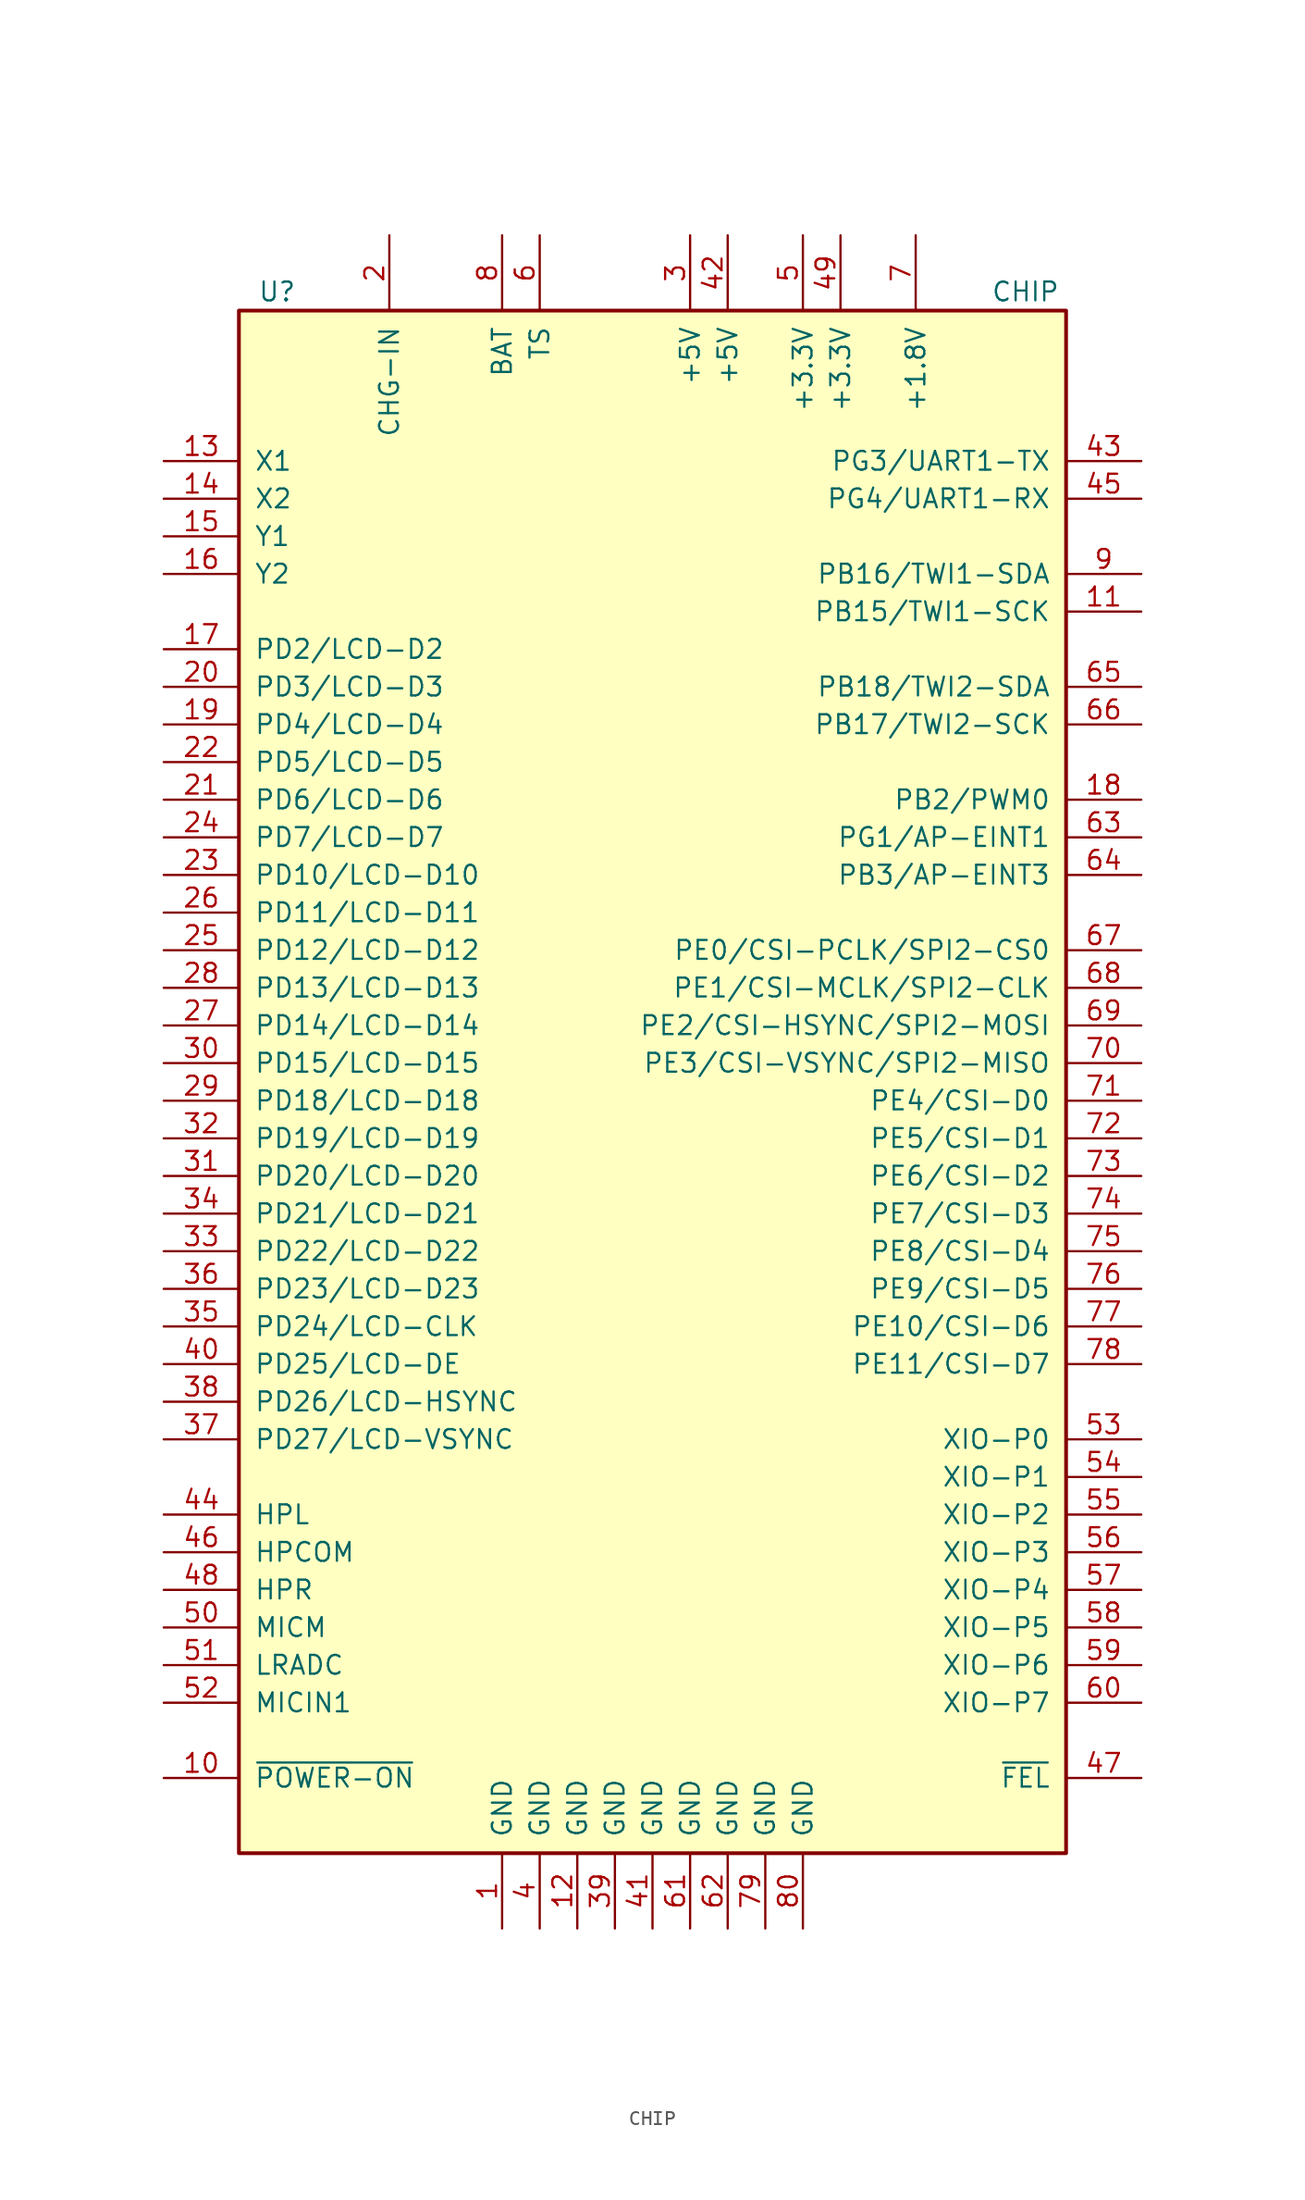
<source format=kicad_sym>
(kicad_symbol_lib
  (version 20201005)
  (generator kicad_symbol_editor)
  (symbol "MCU_Module:CHIP"
    (pin_names
      (offset 1.016))
    (property "Reference" "U"
      (at -26.67 49.53 0)
      (effects (font (size 1.27 1.27)) (justify left)))
    (property "Value" "CHIP"
      (at 22.86 49.53 0)
      (effects (font (size 1.27 1.27)) (justify left)))
    (symbol "CHIP_0_1"
      (rectangle (start -27.94 48.26) (end 27.94 -55.88) (stroke (width 0.254)) (fill (type background))))
    (symbol "CHIP_1_1"
      (pin power_in line (at -10.16 -60.96 90) (length 5.08) (name "GND" (effects (font (size 1.27 1.27)))) (number "1" (effects (font (size 1.27 1.27)))))
      (pin input line (at -33.02 -50.8 0) (length 5.08) (name "~POWER-ON" (effects (font (size 1.27 1.27)))) (number "10" (effects (font (size 1.27 1.27)))))
      (pin bidirectional line (at 33.02 27.94 180) (length 5.08) (name "PB15/TWI1-SCK" (effects (font (size 1.27 1.27)))) (number "11" (effects (font (size 1.27 1.27)))))
      (pin power_in line (at -5.08 -60.96 90) (length 5.08) (name "GND" (effects (font (size 1.27 1.27)))) (number "12" (effects (font (size 1.27 1.27)))))
      (pin input line (at -33.02 38.1 0) (length 5.08) (name "X1" (effects (font (size 1.27 1.27)))) (number "13" (effects (font (size 1.27 1.27)))))
      (pin input line (at -33.02 35.56 0) (length 5.08) (name "X2" (effects (font (size 1.27 1.27)))) (number "14" (effects (font (size 1.27 1.27)))))
      (pin input line (at -33.02 33.02 0) (length 5.08) (name "Y1" (effects (font (size 1.27 1.27)))) (number "15" (effects (font (size 1.27 1.27)))))
      (pin input line (at -33.02 30.48 0) (length 5.08) (name "Y2" (effects (font (size 1.27 1.27)))) (number "16" (effects (font (size 1.27 1.27)))))
      (pin bidirectional line (at -33.02 25.4 0) (length 5.08) (name "PD2/LCD-D2" (effects (font (size 1.27 1.27)))) (number "17" (effects (font (size 1.27 1.27)))))
      (pin bidirectional line (at 33.02 15.24 180) (length 5.08) (name "PB2/PWM0" (effects (font (size 1.27 1.27)))) (number "18" (effects (font (size 1.27 1.27)))))
      (pin bidirectional line (at -33.02 20.32 0) (length 5.08) (name "PD4/LCD-D4" (effects (font (size 1.27 1.27)))) (number "19" (effects (font (size 1.27 1.27)))))
      (pin power_in line (at -17.78 53.34 270) (length 5.08) (name "CHG-IN" (effects (font (size 1.27 1.27)))) (number "2" (effects (font (size 1.27 1.27)))))
      (pin bidirectional line (at -33.02 22.86 0) (length 5.08) (name "PD3/LCD-D3" (effects (font (size 1.27 1.27)))) (number "20" (effects (font (size 1.27 1.27)))))
      (pin bidirectional line (at -33.02 15.24 0) (length 5.08) (name "PD6/LCD-D6" (effects (font (size 1.27 1.27)))) (number "21" (effects (font (size 1.27 1.27)))))
      (pin bidirectional line (at -33.02 17.78 0) (length 5.08) (name "PD5/LCD-D5" (effects (font (size 1.27 1.27)))) (number "22" (effects (font (size 1.27 1.27)))))
      (pin bidirectional line (at -33.02 10.16 0) (length 5.08) (name "PD10/LCD-D10" (effects (font (size 1.27 1.27)))) (number "23" (effects (font (size 1.27 1.27)))))
      (pin bidirectional line (at -33.02 12.7 0) (length 5.08) (name "PD7/LCD-D7" (effects (font (size 1.27 1.27)))) (number "24" (effects (font (size 1.27 1.27)))))
      (pin bidirectional line (at -33.02 5.08 0) (length 5.08) (name "PD12/LCD-D12" (effects (font (size 1.27 1.27)))) (number "25" (effects (font (size 1.27 1.27)))))
      (pin bidirectional line (at -33.02 7.62 0) (length 5.08) (name "PD11/LCD-D11" (effects (font (size 1.27 1.27)))) (number "26" (effects (font (size 1.27 1.27)))))
      (pin bidirectional line (at -33.02 0 0) (length 5.08) (name "PD14/LCD-D14" (effects (font (size 1.27 1.27)))) (number "27" (effects (font (size 1.27 1.27)))))
      (pin bidirectional line (at -33.02 2.54 0) (length 5.08) (name "PD13/LCD-D13" (effects (font (size 1.27 1.27)))) (number "28" (effects (font (size 1.27 1.27)))))
      (pin bidirectional line (at -33.02 -5.08 0) (length 5.08) (name "PD18/LCD-D18" (effects (font (size 1.27 1.27)))) (number "29" (effects (font (size 1.27 1.27)))))
      (pin power_out line (at 2.54 53.34 270) (length 5.08) (name "+5V" (effects (font (size 1.27 1.27)))) (number "3" (effects (font (size 1.27 1.27)))))
      (pin bidirectional line (at -33.02 -2.54 0) (length 5.08) (name "PD15/LCD-D15" (effects (font (size 1.27 1.27)))) (number "30" (effects (font (size 1.27 1.27)))))
      (pin bidirectional line (at -33.02 -10.16 0) (length 5.08) (name "PD20/LCD-D20" (effects (font (size 1.27 1.27)))) (number "31" (effects (font (size 1.27 1.27)))))
      (pin bidirectional line (at -33.02 -7.62 0) (length 5.08) (name "PD19/LCD-D19" (effects (font (size 1.27 1.27)))) (number "32" (effects (font (size 1.27 1.27)))))
      (pin bidirectional line (at -33.02 -15.24 0) (length 5.08) (name "PD22/LCD-D22" (effects (font (size 1.27 1.27)))) (number "33" (effects (font (size 1.27 1.27)))))
      (pin bidirectional line (at -33.02 -12.7 0) (length 5.08) (name "PD21/LCD-D21" (effects (font (size 1.27 1.27)))) (number "34" (effects (font (size 1.27 1.27)))))
      (pin bidirectional line (at -33.02 -20.32 0) (length 5.08) (name "PD24/LCD-CLK" (effects (font (size 1.27 1.27)))) (number "35" (effects (font (size 1.27 1.27)))))
      (pin bidirectional line (at -33.02 -17.78 0) (length 5.08) (name "PD23/LCD-D23" (effects (font (size 1.27 1.27)))) (number "36" (effects (font (size 1.27 1.27)))))
      (pin bidirectional line (at -33.02 -27.94 0) (length 5.08) (name "PD27/LCD-VSYNC" (effects (font (size 1.27 1.27)))) (number "37" (effects (font (size 1.27 1.27)))))
      (pin bidirectional line (at -33.02 -25.4 0) (length 5.08) (name "PD26/LCD-HSYNC" (effects (font (size 1.27 1.27)))) (number "38" (effects (font (size 1.27 1.27)))))
      (pin power_in line (at -2.54 -60.96 90) (length 5.08) (name "GND" (effects (font (size 1.27 1.27)))) (number "39" (effects (font (size 1.27 1.27)))))
      (pin power_in line (at -7.62 -60.96 90) (length 5.08) (name "GND" (effects (font (size 1.27 1.27)))) (number "4" (effects (font (size 1.27 1.27)))))
      (pin bidirectional line (at -33.02 -22.86 0) (length 5.08) (name "PD25/LCD-DE" (effects (font (size 1.27 1.27)))) (number "40" (effects (font (size 1.27 1.27)))))
      (pin power_in line (at 0 -60.96 90) (length 5.08) (name "GND" (effects (font (size 1.27 1.27)))) (number "41" (effects (font (size 1.27 1.27)))))
      (pin power_out line (at 5.08 53.34 270) (length 5.08) (name "+5V" (effects (font (size 1.27 1.27)))) (number "42" (effects (font (size 1.27 1.27)))))
      (pin bidirectional line (at 33.02 38.1 180) (length 5.08) (name "PG3/UART1-TX" (effects (font (size 1.27 1.27)))) (number "43" (effects (font (size 1.27 1.27)))))
      (pin output line (at -33.02 -33.02 0) (length 5.08) (name "HPL" (effects (font (size 1.27 1.27)))) (number "44" (effects (font (size 1.27 1.27)))))
      (pin input line (at 33.02 35.56 180) (length 5.08) (name "PG4/UART1-RX" (effects (font (size 1.27 1.27)))) (number "45" (effects (font (size 1.27 1.27)))))
      (pin output line (at -33.02 -35.56 0) (length 5.08) (name "HPCOM" (effects (font (size 1.27 1.27)))) (number "46" (effects (font (size 1.27 1.27)))))
      (pin input line (at 33.02 -50.8 180) (length 5.08) (name "~FEL" (effects (font (size 1.27 1.27)))) (number "47" (effects (font (size 1.27 1.27)))))
      (pin output line (at -33.02 -38.1 0) (length 5.08) (name "HPR" (effects (font (size 1.27 1.27)))) (number "48" (effects (font (size 1.27 1.27)))))
      (pin power_out line (at 12.7 53.34 270) (length 5.08) (name "+3.3V" (effects (font (size 1.27 1.27)))) (number "49" (effects (font (size 1.27 1.27)))))
      (pin power_out line (at 10.16 53.34 270) (length 5.08) (name "+3.3V" (effects (font (size 1.27 1.27)))) (number "5" (effects (font (size 1.27 1.27)))))
      (pin power_out line (at -33.02 -40.64 0) (length 5.08) (name "MICM" (effects (font (size 1.27 1.27)))) (number "50" (effects (font (size 1.27 1.27)))))
      (pin power_out line (at -33.02 -43.18 0) (length 5.08) (name "LRADC" (effects (font (size 1.27 1.27)))) (number "51" (effects (font (size 1.27 1.27)))))
      (pin input line (at -33.02 -45.72 0) (length 5.08) (name "MICIN1" (effects (font (size 1.27 1.27)))) (number "52" (effects (font (size 1.27 1.27)))))
      (pin bidirectional line (at 33.02 -27.94 180) (length 5.08) (name "XIO-P0" (effects (font (size 1.27 1.27)))) (number "53" (effects (font (size 1.27 1.27)))))
      (pin bidirectional line (at 33.02 -30.48 180) (length 5.08) (name "XIO-P1" (effects (font (size 1.27 1.27)))) (number "54" (effects (font (size 1.27 1.27)))))
      (pin bidirectional line (at 33.02 -33.02 180) (length 5.08) (name "XIO-P2" (effects (font (size 1.27 1.27)))) (number "55" (effects (font (size 1.27 1.27)))))
      (pin bidirectional line (at 33.02 -35.56 180) (length 5.08) (name "XIO-P3" (effects (font (size 1.27 1.27)))) (number "56" (effects (font (size 1.27 1.27)))))
      (pin bidirectional line (at 33.02 -38.1 180) (length 5.08) (name "XIO-P4" (effects (font (size 1.27 1.27)))) (number "57" (effects (font (size 1.27 1.27)))))
      (pin bidirectional line (at 33.02 -40.64 180) (length 5.08) (name "XIO-P5" (effects (font (size 1.27 1.27)))) (number "58" (effects (font (size 1.27 1.27)))))
      (pin bidirectional line (at 33.02 -43.18 180) (length 5.08) (name "XIO-P6" (effects (font (size 1.27 1.27)))) (number "59" (effects (font (size 1.27 1.27)))))
      (pin input line (at -7.62 53.34 270) (length 5.08) (name "TS" (effects (font (size 1.27 1.27)))) (number "6" (effects (font (size 1.27 1.27)))))
      (pin bidirectional line (at 33.02 -45.72 180) (length 5.08) (name "XIO-P7" (effects (font (size 1.27 1.27)))) (number "60" (effects (font (size 1.27 1.27)))))
      (pin power_in line (at 2.54 -60.96 90) (length 5.08) (name "GND" (effects (font (size 1.27 1.27)))) (number "61" (effects (font (size 1.27 1.27)))))
      (pin power_in line (at 5.08 -60.96 90) (length 5.08) (name "GND" (effects (font (size 1.27 1.27)))) (number "62" (effects (font (size 1.27 1.27)))))
      (pin bidirectional line (at 33.02 12.7 180) (length 5.08) (name "PG1/AP-EINT1" (effects (font (size 1.27 1.27)))) (number "63" (effects (font (size 1.27 1.27)))))
      (pin bidirectional line (at 33.02 10.16 180) (length 5.08) (name "PB3/AP-EINT3" (effects (font (size 1.27 1.27)))) (number "64" (effects (font (size 1.27 1.27)))))
      (pin bidirectional line (at 33.02 22.86 180) (length 5.08) (name "PB18/TWI2-SDA" (effects (font (size 1.27 1.27)))) (number "65" (effects (font (size 1.27 1.27)))))
      (pin bidirectional line (at 33.02 20.32 180) (length 5.08) (name "PB17/TWI2-SCK" (effects (font (size 1.27 1.27)))) (number "66" (effects (font (size 1.27 1.27)))))
      (pin bidirectional line (at 33.02 5.08 180) (length 5.08) (name "PE0/CSI-PCLK/SPI2-CS0" (effects (font (size 1.27 1.27)))) (number "67" (effects (font (size 1.27 1.27)))))
      (pin bidirectional line (at 33.02 2.54 180) (length 5.08) (name "PE1/CSI-MCLK/SPI2-CLK" (effects (font (size 1.27 1.27)))) (number "68" (effects (font (size 1.27 1.27)))))
      (pin bidirectional line (at 33.02 0 180) (length 5.08) (name "PE2/CSI-HSYNC/SPI2-MOSI" (effects (font (size 1.27 1.27)))) (number "69" (effects (font (size 1.27 1.27)))))
      (pin power_out line (at 17.78 53.34 270) (length 5.08) (name "+1.8V" (effects (font (size 1.27 1.27)))) (number "7" (effects (font (size 1.27 1.27)))))
      (pin bidirectional line (at 33.02 -2.54 180) (length 5.08) (name "PE3/CSI-VSYNC/SPI2-MISO" (effects (font (size 1.27 1.27)))) (number "70" (effects (font (size 1.27 1.27)))))
      (pin bidirectional line (at 33.02 -5.08 180) (length 5.08) (name "PE4/CSI-D0" (effects (font (size 1.27 1.27)))) (number "71" (effects (font (size 1.27 1.27)))))
      (pin bidirectional line (at 33.02 -7.62 180) (length 5.08) (name "PE5/CSI-D1" (effects (font (size 1.27 1.27)))) (number "72" (effects (font (size 1.27 1.27)))))
      (pin bidirectional line (at 33.02 -10.16 180) (length 5.08) (name "PE6/CSI-D2" (effects (font (size 1.27 1.27)))) (number "73" (effects (font (size 1.27 1.27)))))
      (pin bidirectional line (at 33.02 -12.7 180) (length 5.08) (name "PE7/CSI-D3" (effects (font (size 1.27 1.27)))) (number "74" (effects (font (size 1.27 1.27)))))
      (pin bidirectional line (at 33.02 -15.24 180) (length 5.08) (name "PE8/CSI-D4" (effects (font (size 1.27 1.27)))) (number "75" (effects (font (size 1.27 1.27)))))
      (pin bidirectional line (at 33.02 -17.78 180) (length 5.08) (name "PE9/CSI-D5" (effects (font (size 1.27 1.27)))) (number "76" (effects (font (size 1.27 1.27)))))
      (pin bidirectional line (at 33.02 -20.32 180) (length 5.08) (name "PE10/CSI-D6" (effects (font (size 1.27 1.27)))) (number "77" (effects (font (size 1.27 1.27)))))
      (pin bidirectional line (at 33.02 -22.86 180) (length 5.08) (name "PE11/CSI-D7" (effects (font (size 1.27 1.27)))) (number "78" (effects (font (size 1.27 1.27)))))
      (pin power_in line (at 7.62 -60.96 90) (length 5.08) (name "GND" (effects (font (size 1.27 1.27)))) (number "79" (effects (font (size 1.27 1.27)))))
      (pin power_in line (at -10.16 53.34 270) (length 5.08) (name "BAT" (effects (font (size 1.27 1.27)))) (number "8" (effects (font (size 1.27 1.27)))))
      (pin power_in line (at 10.16 -60.96 90) (length 5.08) (name "GND" (effects (font (size 1.27 1.27)))) (number "80" (effects (font (size 1.27 1.27)))))
      (pin bidirectional line (at 33.02 30.48 180) (length 5.08) (name "PB16/TWI1-SDA" (effects (font (size 1.27 1.27)))) (number "9" (effects (font (size 1.27 1.27))))))))
</source>
